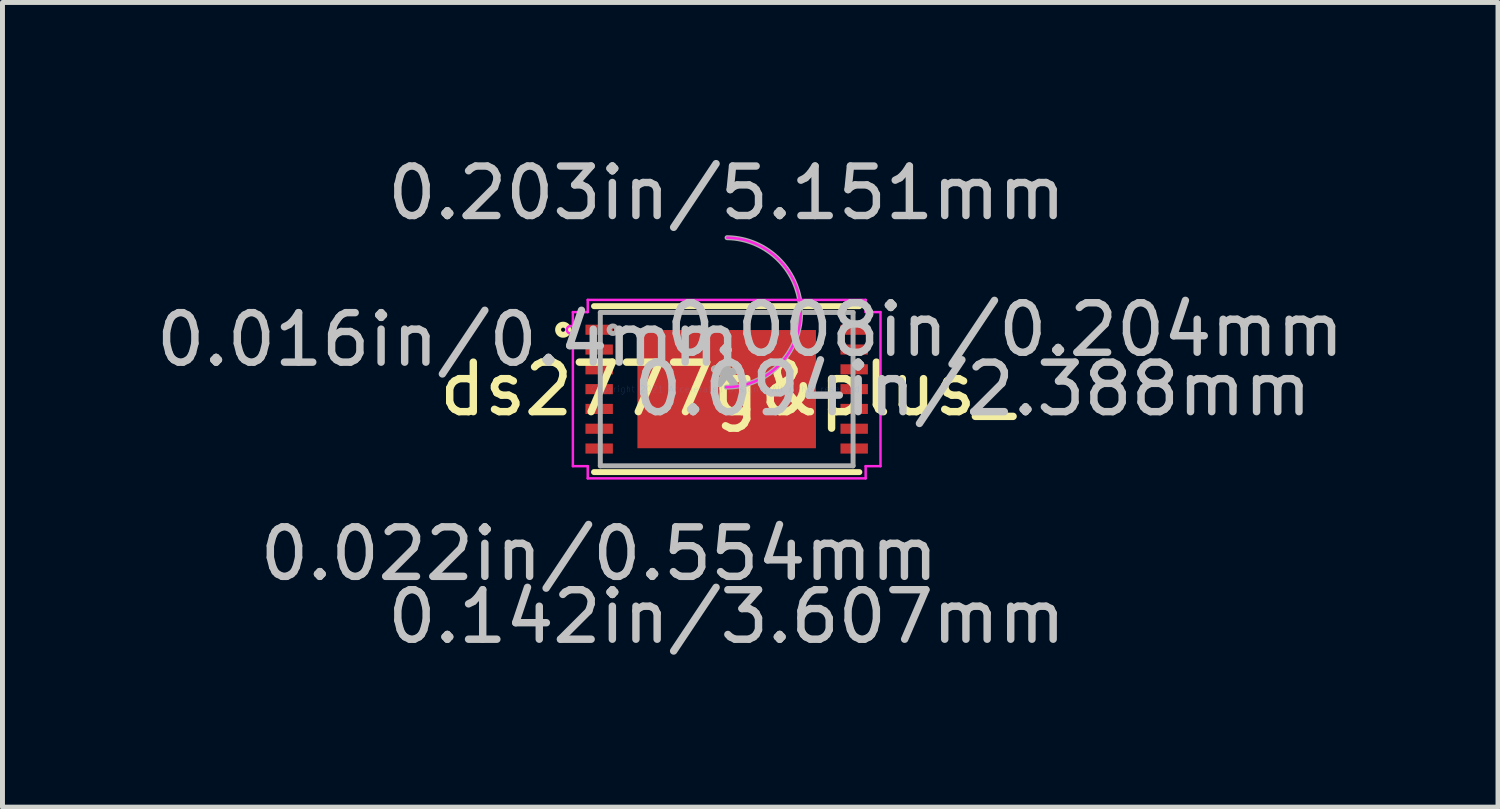
<source format=kicad_pcb>
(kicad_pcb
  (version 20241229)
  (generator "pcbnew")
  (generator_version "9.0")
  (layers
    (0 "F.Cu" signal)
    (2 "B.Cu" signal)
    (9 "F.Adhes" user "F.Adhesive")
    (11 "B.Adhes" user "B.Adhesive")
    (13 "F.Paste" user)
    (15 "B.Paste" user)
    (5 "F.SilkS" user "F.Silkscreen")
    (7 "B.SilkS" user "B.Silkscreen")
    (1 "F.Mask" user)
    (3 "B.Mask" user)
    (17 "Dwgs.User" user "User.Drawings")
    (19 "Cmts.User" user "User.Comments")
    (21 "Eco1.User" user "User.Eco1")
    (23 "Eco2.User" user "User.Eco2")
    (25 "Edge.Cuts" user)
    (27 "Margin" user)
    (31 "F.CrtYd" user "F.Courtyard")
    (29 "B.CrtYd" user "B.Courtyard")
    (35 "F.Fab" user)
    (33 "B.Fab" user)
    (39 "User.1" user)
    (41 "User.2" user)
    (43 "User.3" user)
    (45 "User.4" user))
  (footprint "ds2777g&plus_"
    (layer "F.Cu")
    (at 11.63 4.811)
    (property "Reference" "ds2777g&plus_" (at 0 0 0) (layer "F.SilkS") (effects (font (size 1 1) (thickness 0.15))))
    (attr through_hole)
    (fp_line (start -2.68 1.676) (end 2.68 1.676) (stroke (width 0.12) (type solid)) (layer "F.SilkS"))
    (fp_line (start 2.68 -1.676) (end -2.68 -1.676) (stroke (width 0.12) (type solid)) (layer "F.SilkS"))
    (fp_circle (center -3.304 -1.2) (end -3.202 -1.2) (stroke (width 0.12) (type solid)) (fill no) (layer "F.SilkS"))
    (fp_line (start -3.107 -1.556) (end -2.807 -1.556) (stroke (width 0.05) (type solid)) (layer "F.CrtYd"))
    (fp_line (start -3.107 1.556) (end -3.107 -1.556) (stroke (width 0.05) (type solid)) (layer "F.CrtYd"))
    (fp_line (start -2.807 -1.803) (end 2.807 -1.803) (stroke (width 0.05) (type solid)) (layer "F.CrtYd"))
    (fp_line (start -2.807 -1.556) (end -2.807 -1.803) (stroke (width 0.05) (type solid)) (layer "F.CrtYd"))
    (fp_line (start -2.807 1.556) (end -3.107 1.556) (stroke (width 0.05) (type solid)) (layer "F.CrtYd"))
    (fp_line (start -2.807 1.803) (end -2.807 1.556) (stroke (width 0.05) (type solid)) (layer "F.CrtYd"))
    (fp_line (start 2.807 -1.803) (end 2.807 -1.556) (stroke (width 0.05) (type solid)) (layer "F.CrtYd"))
    (fp_line (start 2.807 -1.556) (end 3.107 -1.556) (stroke (width 0.05) (type solid)) (layer "F.CrtYd"))
    (fp_line (start 2.807 1.556) (end 2.807 1.803) (stroke (width 0.05) (type solid)) (layer "F.CrtYd"))
    (fp_line (start 2.807 1.803) (end -2.807 1.803) (stroke (width 0.05) (type solid)) (layer "F.CrtYd"))
    (fp_line (start 3.107 -1.556) (end 3.107 1.556) (stroke (width 0.05) (type solid)) (layer "F.CrtYd"))
    (fp_line (start 3.107 1.556) (end 2.807 1.556) (stroke (width 0.05) (type solid)) (layer "F.CrtYd"))
    (fp_arc (start 0.010806 -3.059445) (mid 1.510045 -1.538594) (end -0.010806 -0.039355) (stroke (width 0.05) (type solid)) (layer "F.CrtYd"))
    (fp_circle (center -3.154 -1.2) (end -3.078 -1.2) (stroke (width 0.05) (type solid)) (fill no) (layer "F.CrtYd"))
    (fp_line (start -2.553 -1.549) (end -2.553 1.549) (stroke (width 0.1) (type solid)) (layer "F.Fab"))
    (fp_line (start -2.553 1.549) (end 2.553 1.549) (stroke (width 0.1) (type solid)) (layer "F.Fab"))
    (fp_line (start 2.553 -1.549) (end -2.553 -1.549) (stroke (width 0.1) (type solid)) (layer "F.Fab"))
    (fp_line (start 2.553 1.549) (end 2.553 -1.549) (stroke (width 0.1) (type solid)) (layer "F.Fab"))
    (fp_arc (start 0.007742 -3.059445) (mid 1.510045 -1.541658) (end -0.007742 -0.039355) (stroke (width 0.1) (type solid)) (layer "F.Fab"))
    (fp_circle (center -2.299 -1.2) (end -2.223 -1.2) (stroke (width 0.1) (type solid)) (fill no) (layer "F.Fab"))
    (fp_text user "*" (at 0 0 0) (layer "F.SilkS") (effects (font (size 1 1) (thickness 0.15))))
    (fp_text user "0.016in/0.4mm" (at -5.624 -1 0) (layer "Dwgs.User") (effects (font (size 1 1) (thickness 0.15))))
    (fp_text user "0.142in/3.607mm" (at 0 4.597 0) (layer "Dwgs.User") (effects (font (size 1 1) (thickness 0.15))))
    (fp_text user "0.094in/2.388mm" (at 4.966 0 0) (layer "Dwgs.User") (effects (font (size 1 1) (thickness 0.15))))
    (fp_text user "0.203in/5.151mm" (at 0 -3.962 0) (layer "Dwgs.User") (effects (font (size 1 1) (thickness 0.15))))
    (fp_text user "0.008in/0.204mm" (at 5.624 -1.2 0) (layer "Dwgs.User") (effects (font (size 1 1) (thickness 0.15))))
    (fp_text user "0.022in/0.554mm" (at -2.576 3.327 0) (layer "Dwgs.User") (effects (font (size 1 1) (thickness 0.15))))
    (fp_text user "Copyright 2021 Accelerated Designs. All rights reserved." (at 0 0 0) (layer "Cmts.User") (effects (font (size 0.127 0.127) (thickness 0.002))))
    (fp_text user "*" (at 0 0 0) (layer "F.Fab") (effects (font (size 1 1) (thickness 0.15))))
    (pad "1" smd rect (at -2.576 -1.2) (size 0.554 0.204) (layers "F.Cu" "F.Mask" "F.Paste"))
    (pad "2" smd rect (at -2.576 -0.8) (size 0.554 0.204) (layers "F.Cu" "F.Mask" "F.Paste"))
    (pad "3" smd rect (at -2.576 -0.4) (size 0.554 0.204) (layers "F.Cu" "F.Mask" "F.Paste"))
    (pad "4" smd rect (at -2.576 0) (size 0.554 0.204) (layers "F.Cu" "F.Mask" "F.Paste"))
    (pad "5" smd rect (at -2.576 0.4) (size 0.554 0.204) (layers "F.Cu" "F.Mask" "F.Paste"))
    (pad "6" smd rect (at -2.576 0.8) (size 0.554 0.204) (layers "F.Cu" "F.Mask" "F.Paste"))
    (pad "7" smd rect (at -2.576 1.2) (size 0.554 0.204) (layers "F.Cu" "F.Mask" "F.Paste"))
    (pad "8" smd rect (at 2.576 1.2) (size 0.554 0.204) (layers "F.Cu" "F.Mask" "F.Paste"))
    (pad "9" smd rect (at 2.576 0.8) (size 0.554 0.204) (layers "F.Cu" "F.Mask" "F.Paste"))
    (pad "10" smd rect (at 2.576 0.4) (size 0.554 0.204) (layers "F.Cu" "F.Mask" "F.Paste"))
    (pad "11" smd rect (at 2.576 0) (size 0.554 0.204) (layers "F.Cu" "F.Mask" "F.Paste"))
    (pad "12" smd rect (at 2.576 -0.4) (size 0.554 0.204) (layers "F.Cu" "F.Mask" "F.Paste"))
    (pad "13" smd rect (at 2.576 -0.8) (size 0.554 0.204) (layers "F.Cu" "F.Mask" "F.Paste"))
    (pad "14" smd rect (at 2.576 -1.2) (size 0.554 0.204) (layers "F.Cu" "F.Mask" "F.Paste"))
    (pad "15" smd rect (at 0 0) (size 3.607 2.388) (layers "F.Cu" "F.Mask" "F.Paste")))
  (gr_rect
    (start -3 -3)
    (end 27.212 13.256)
    (stroke (width 0.1) (type default))
    (fill no)
    (layer "Edge.Cuts")))
</source>
